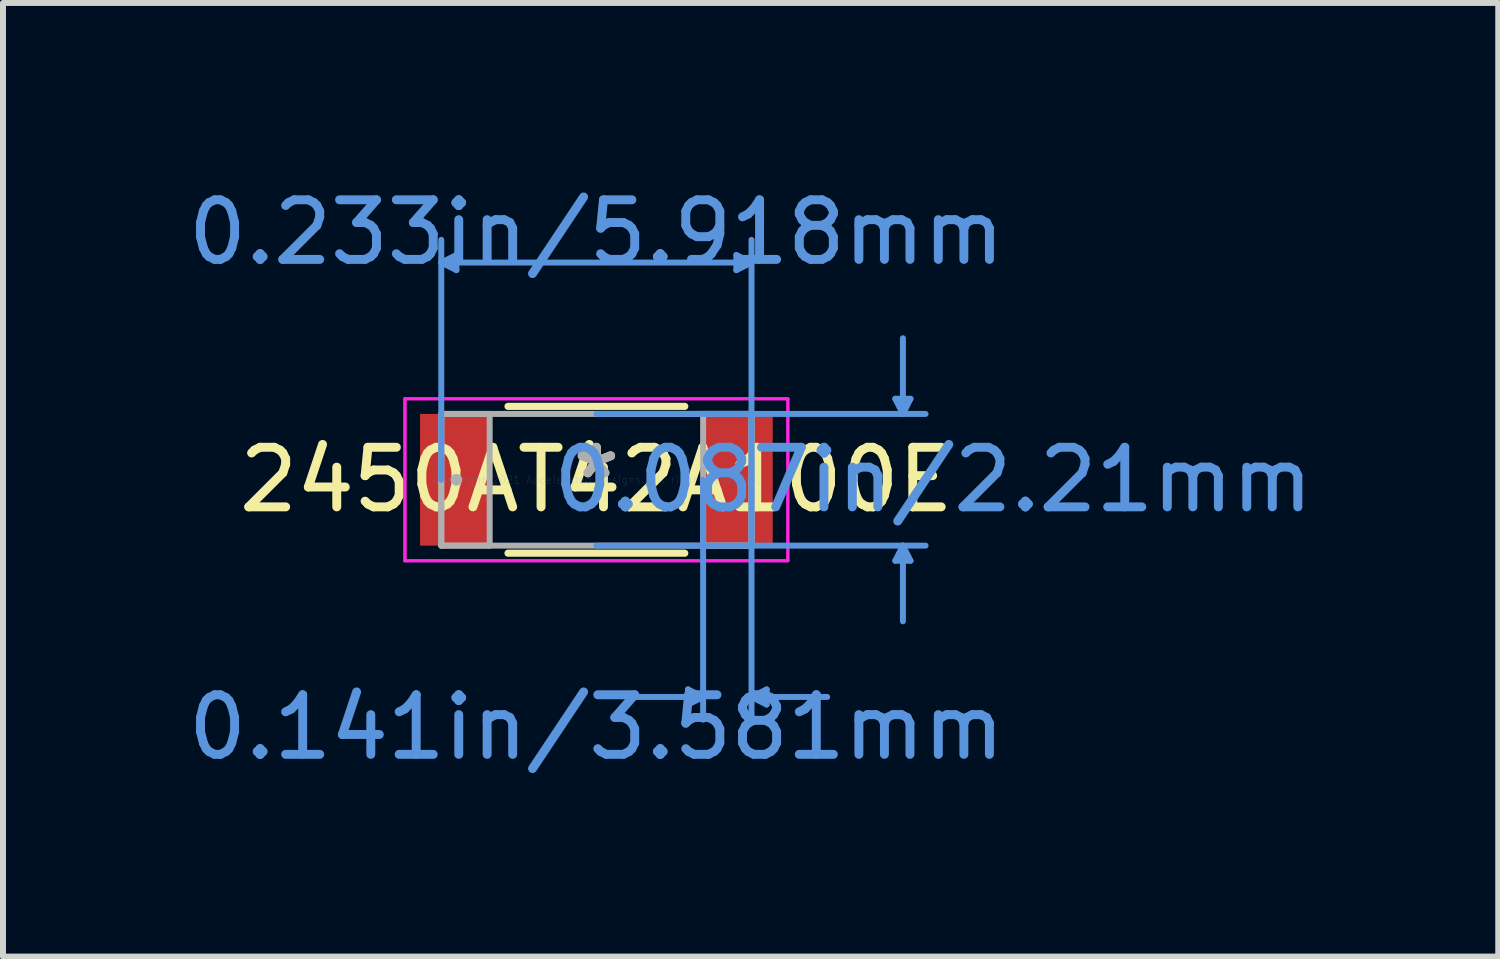
<source format=kicad_pcb>
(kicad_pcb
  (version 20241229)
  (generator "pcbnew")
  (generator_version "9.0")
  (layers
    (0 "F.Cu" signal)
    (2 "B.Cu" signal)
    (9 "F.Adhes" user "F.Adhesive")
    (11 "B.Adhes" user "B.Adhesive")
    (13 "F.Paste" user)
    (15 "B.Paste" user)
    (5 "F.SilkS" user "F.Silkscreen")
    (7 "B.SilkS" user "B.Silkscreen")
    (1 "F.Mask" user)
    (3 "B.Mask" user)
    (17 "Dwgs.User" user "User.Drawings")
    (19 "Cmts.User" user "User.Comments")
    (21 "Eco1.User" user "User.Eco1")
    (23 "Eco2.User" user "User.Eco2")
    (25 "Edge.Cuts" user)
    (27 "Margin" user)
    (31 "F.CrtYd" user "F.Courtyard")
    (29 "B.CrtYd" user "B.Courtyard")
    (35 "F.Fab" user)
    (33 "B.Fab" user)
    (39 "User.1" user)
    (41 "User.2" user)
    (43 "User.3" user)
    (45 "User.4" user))
  (footprint "2450AT42A100E"
    (layer "F.Cu")
    (at 6.958 5.001)
    (property "Reference" "2450AT42A100E" (at 0 0 0) (layer "F.SilkS") (effects (font (size 1 1) (thickness 0.15))))
    (attr through_hole)
    (fp_line (start -1.483 1.232) (end 1.483 1.232) (stroke (width 0.12) (type solid)) (layer "F.SilkS"))
    (fp_line (start 1.483 -1.232) (end -1.483 -1.232) (stroke (width 0.12) (type solid)) (layer "F.SilkS"))
    (fp_line (start -2.603 -3.645) (end -2.349 -3.772) (stroke (width 0.1) (type solid)) (layer "Cmts.User"))
    (fp_line (start -2.603 -3.645) (end -2.349 -3.518) (stroke (width 0.1) (type solid)) (layer "Cmts.User"))
    (fp_line (start -2.603 -3.645) (end 2.603 -3.645) (stroke (width 0.1) (type solid)) (layer "Cmts.User"))
    (fp_line (start -2.603 0) (end -2.603 -4.026) (stroke (width 0.1) (type solid)) (layer "Cmts.User"))
    (fp_line (start -2.349 -3.772) (end -2.349 -3.518) (stroke (width 0.1) (type solid)) (layer "Cmts.User"))
    (fp_line (start 0 -1.105) (end 5.524 -1.105) (stroke (width 0.1) (type solid)) (layer "Cmts.User"))
    (fp_line (start 0 1.105) (end 5.524 1.105) (stroke (width 0.1) (type solid)) (layer "Cmts.User"))
    (fp_line (start 1.537 3.518) (end 1.537 3.772) (stroke (width 0.1) (type solid)) (layer "Cmts.User"))
    (fp_line (start 1.791 0) (end 1.791 4.026) (stroke (width 0.1) (type solid)) (layer "Cmts.User"))
    (fp_line (start 1.791 3.645) (end 0.521 3.645) (stroke (width 0.1) (type solid)) (layer "Cmts.User"))
    (fp_line (start 1.791 3.645) (end 1.537 3.518) (stroke (width 0.1) (type solid)) (layer "Cmts.User"))
    (fp_line (start 1.791 3.645) (end 1.537 3.772) (stroke (width 0.1) (type solid)) (layer "Cmts.User"))
    (fp_line (start 2.349 -3.772) (end 2.349 -3.518) (stroke (width 0.1) (type solid)) (layer "Cmts.User"))
    (fp_line (start 2.603 -3.645) (end 2.349 -3.772) (stroke (width 0.1) (type solid)) (layer "Cmts.User"))
    (fp_line (start 2.603 -3.645) (end 2.349 -3.518) (stroke (width 0.1) (type solid)) (layer "Cmts.User"))
    (fp_line (start 2.603 0) (end 2.603 -4.026) (stroke (width 0.1) (type solid)) (layer "Cmts.User"))
    (fp_line (start 2.603 0) (end 2.603 4.026) (stroke (width 0.1) (type solid)) (layer "Cmts.User"))
    (fp_line (start 2.603 3.645) (end 2.857 3.518) (stroke (width 0.1) (type solid)) (layer "Cmts.User"))
    (fp_line (start 2.603 3.645) (end 2.857 3.772) (stroke (width 0.1) (type solid)) (layer "Cmts.User"))
    (fp_line (start 2.603 3.645) (end 3.873 3.645) (stroke (width 0.1) (type solid)) (layer "Cmts.User"))
    (fp_line (start 2.857 3.518) (end 2.857 3.772) (stroke (width 0.1) (type solid)) (layer "Cmts.User"))
    (fp_line (start 5.016 -1.359) (end 5.271 -1.359) (stroke (width 0.1) (type solid)) (layer "Cmts.User"))
    (fp_line (start 5.016 1.359) (end 5.271 1.359) (stroke (width 0.1) (type solid)) (layer "Cmts.User"))
    (fp_line (start 5.144 -1.105) (end 5.016 -1.359) (stroke (width 0.1) (type solid)) (layer "Cmts.User"))
    (fp_line (start 5.144 -1.105) (end 5.144 -2.375) (stroke (width 0.1) (type solid)) (layer "Cmts.User"))
    (fp_line (start 5.144 -1.105) (end 5.271 -1.359) (stroke (width 0.1) (type solid)) (layer "Cmts.User"))
    (fp_line (start 5.144 1.105) (end 5.016 1.359) (stroke (width 0.1) (type solid)) (layer "Cmts.User"))
    (fp_line (start 5.144 1.105) (end 5.144 2.375) (stroke (width 0.1) (type solid)) (layer "Cmts.User"))
    (fp_line (start 5.144 1.105) (end 5.271 1.359) (stroke (width 0.1) (type solid)) (layer "Cmts.User"))
    (fp_line (start -3.213 -1.359) (end 3.213 -1.359) (stroke (width 0.05) (type solid)) (layer "F.CrtYd"))
    (fp_line (start -3.213 -1.359) (end 3.213 -1.359) (stroke (width 0.05) (type solid)) (layer "F.CrtYd"))
    (fp_line (start -3.213 1.359) (end -3.213 -1.359) (stroke (width 0.05) (type solid)) (layer "F.CrtYd"))
    (fp_line (start -3.213 1.359) (end -3.213 -1.359) (stroke (width 0.05) (type solid)) (layer "F.CrtYd"))
    (fp_line (start 3.213 -1.359) (end 3.213 1.359) (stroke (width 0.05) (type solid)) (layer "F.CrtYd"))
    (fp_line (start 3.213 -1.359) (end 3.213 1.359) (stroke (width 0.05) (type solid)) (layer "F.CrtYd"))
    (fp_line (start 3.213 1.359) (end -3.213 1.359) (stroke (width 0.05) (type solid)) (layer "F.CrtYd"))
    (fp_line (start 3.213 1.359) (end -3.213 1.359) (stroke (width 0.05) (type solid)) (layer "F.CrtYd"))
    (fp_line (start -2.603 -1.105) (end -2.603 1.105) (stroke (width 0.1) (type solid)) (layer "F.Fab"))
    (fp_line (start -2.603 -1.105) (end -2.603 1.105) (stroke (width 0.1) (type solid)) (layer "F.Fab"))
    (fp_line (start -2.603 1.105) (end -1.791 1.105) (stroke (width 0.1) (type solid)) (layer "F.Fab"))
    (fp_line (start -2.603 1.105) (end 2.603 1.105) (stroke (width 0.1) (type solid)) (layer "F.Fab"))
    (fp_line (start -1.791 -1.105) (end -2.603 -1.105) (stroke (width 0.1) (type solid)) (layer "F.Fab"))
    (fp_line (start -1.791 1.105) (end -1.791 -1.105) (stroke (width 0.1) (type solid)) (layer "F.Fab"))
    (fp_line (start 1.791 -1.105) (end 1.791 1.105) (stroke (width 0.1) (type solid)) (layer "F.Fab"))
    (fp_line (start 1.791 1.105) (end 2.603 1.105) (stroke (width 0.1) (type solid)) (layer "F.Fab"))
    (fp_line (start 2.603 -1.105) (end -2.603 -1.105) (stroke (width 0.1) (type solid)) (layer "F.Fab"))
    (fp_line (start 2.603 -1.105) (end 1.791 -1.105) (stroke (width 0.1) (type solid)) (layer "F.Fab"))
    (fp_line (start 2.603 1.105) (end 2.603 -1.105) (stroke (width 0.1) (type solid)) (layer "F.Fab"))
    (fp_line (start 2.603 1.105) (end 2.603 -1.105) (stroke (width 0.1) (type solid)) (layer "F.Fab"))
    (fp_circle (center -2.349 0) (end -2.349 0) (stroke (width 0.1) (type solid)) (fill no) (layer "F.Fab"))
    (fp_text user "*" (at 0 0 0) (layer "F.SilkS") (effects (font (size 1 1) (thickness 0.15))))
    (fp_text user "0.141in/3.581mm" (at 0 4.153 0) (layer "Cmts.User") (effects (font (size 1 1) (thickness 0.15))))
    (fp_text user "0.087in/2.21mm" (at 5.652 0 0) (layer "Cmts.User") (effects (font (size 1 1) (thickness 0.15))))
    (fp_text user "Copyright 2021 Accelerated Designs. All rights reserved." (at 0 0 0) (layer "Cmts.User") (effects (font (size 0.127 0.127) (thickness 0.002))))
    (fp_text user "0.233in/5.918mm" (at 0 -4.153 0) (layer "Cmts.User") (effects (font (size 1 1) (thickness 0.15))))
    (fp_text user "*" (at 0 0 0) (layer "F.Fab") (effects (font (size 1 1) (thickness 0.15))))
    (pad "1" smd rect (at -2.375 0) (size 1.168 2.21) (layers "F.Cu" "F.Mask" "F.Paste"))
    (pad "2" smd rect (at 2.375 0) (size 1.168 2.21) (layers "F.Cu" "F.Mask" "F.Paste")))
  (gr_rect
    (start -3 -3)
    (end 22.092 13.002)
    (stroke (width 0.1) (type default))
    (fill no)
    (layer "Edge.Cuts")))
</source>
